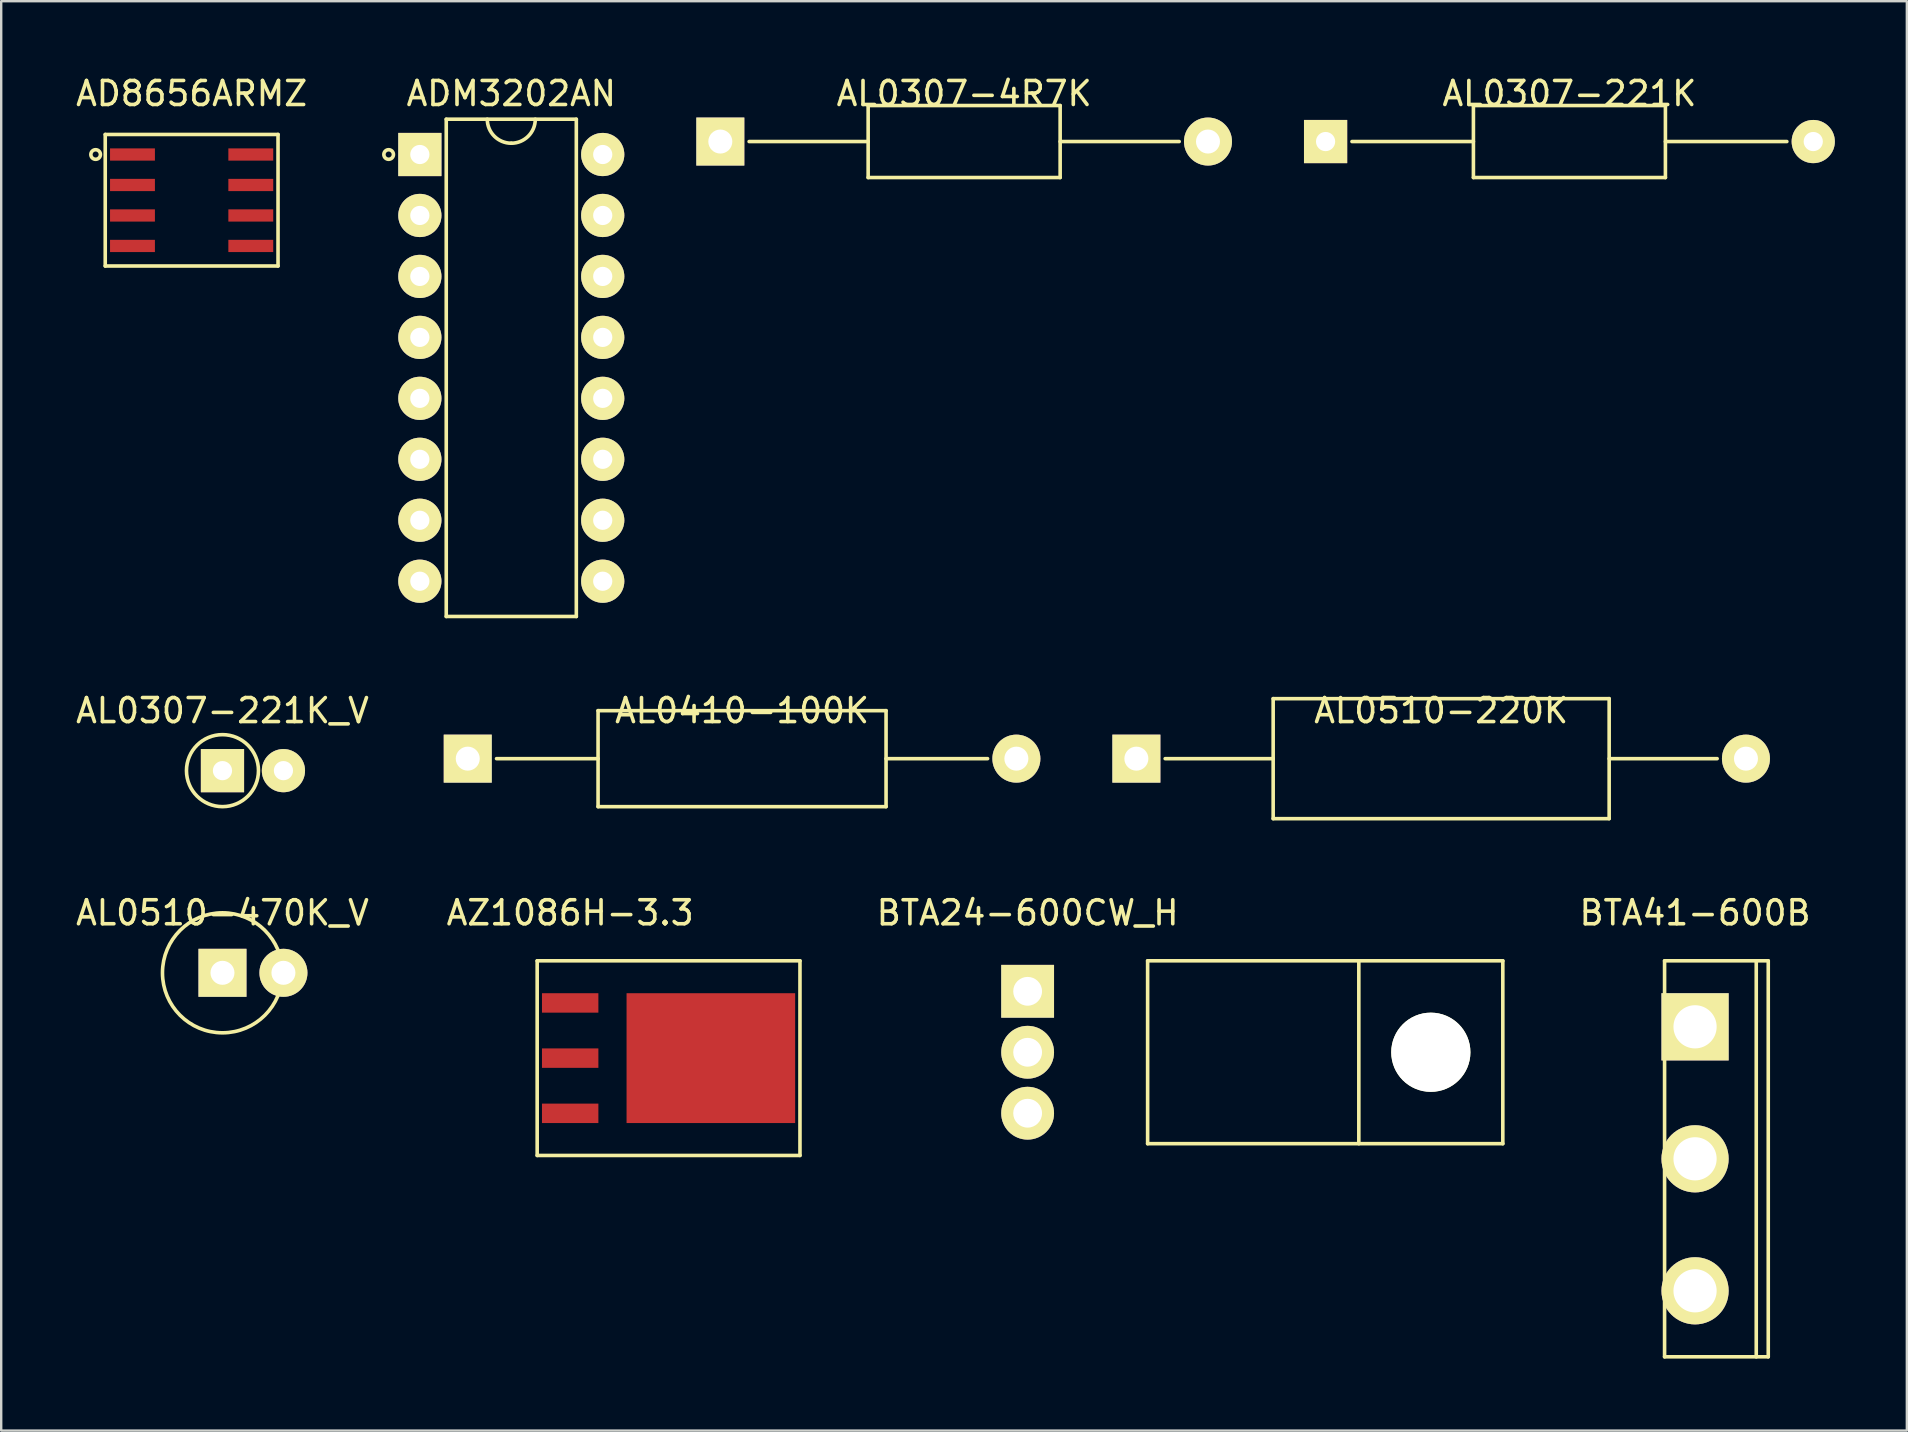
<source format=kicad_pcb>
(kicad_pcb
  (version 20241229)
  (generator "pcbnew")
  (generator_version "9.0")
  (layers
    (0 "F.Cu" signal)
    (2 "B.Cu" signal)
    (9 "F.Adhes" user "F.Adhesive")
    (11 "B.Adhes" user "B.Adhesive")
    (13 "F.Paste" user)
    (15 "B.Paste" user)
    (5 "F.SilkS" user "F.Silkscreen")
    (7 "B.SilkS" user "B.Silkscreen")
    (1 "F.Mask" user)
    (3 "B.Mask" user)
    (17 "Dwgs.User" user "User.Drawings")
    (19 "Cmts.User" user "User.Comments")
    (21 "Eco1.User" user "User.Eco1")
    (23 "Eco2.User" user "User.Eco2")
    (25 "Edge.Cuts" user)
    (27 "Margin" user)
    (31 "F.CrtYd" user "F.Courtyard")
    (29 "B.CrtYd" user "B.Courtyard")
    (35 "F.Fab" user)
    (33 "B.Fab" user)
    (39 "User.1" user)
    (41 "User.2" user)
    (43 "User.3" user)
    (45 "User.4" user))
  (footprint "AL0307-221K"
    (layer "F.Cu")
    (at 52.184 2.848)
    (property "Reference" "AL0307-221K" (at 10.16 -2 0) (layer "F.SilkS") (effects (font (size 1 1) (thickness 0.15))))
    (attr through_hole)
    (fp_line (start 1.1 0) (end 6.16 0) (stroke (width 0.15) (type solid)) (layer "F.SilkS"))
    (fp_line (start 6.16 -1.5) (end 6.16 1.5) (stroke (width 0.15) (type solid)) (layer "F.SilkS"))
    (fp_line (start 6.16 -1.5) (end 14.16 -1.5) (stroke (width 0.15) (type solid)) (layer "F.SilkS"))
    (fp_line (start 6.16 1.5) (end 14.16 1.5) (stroke (width 0.15) (type solid)) (layer "F.SilkS"))
    (fp_line (start 14.16 0) (end 19.22 0) (stroke (width 0.15) (type solid)) (layer "F.SilkS"))
    (fp_line (start 14.16 1.5) (end 14.16 -1.5) (stroke (width 0.15) (type solid)) (layer "F.SilkS"))
    (pad "1" thru_hole rect (at 0 0) (size 1.8 1.8) (drill 0.8) (layers "*.Cu" "*.Mask" "F.SilkS"))
    (pad "2" thru_hole circle (at 20.32 0) (size 1.8 1.8) (drill 0.8) (layers "*.Cu" "*.Mask" "F.SilkS")))
  (footprint "AL0510-220K"
    (layer "F.Cu")
    (at 44.3 28.561)
    (property "Reference" "AL0510-220K" (at 12.7 -2 0) (layer "F.SilkS") (effects (font (size 1 1) (thickness 0.15))))
    (attr through_hole)
    (fp_line (start 1.2 0) (end 5.7 0) (stroke (width 0.15) (type solid)) (layer "F.SilkS"))
    (fp_line (start 5.7 -2.5) (end 5.7 2.5) (stroke (width 0.15) (type solid)) (layer "F.SilkS"))
    (fp_line (start 5.7 -2.5) (end 19.7 -2.5) (stroke (width 0.15) (type solid)) (layer "F.SilkS"))
    (fp_line (start 5.7 2.5) (end 19.7 2.5) (stroke (width 0.15) (type solid)) (layer "F.SilkS"))
    (fp_line (start 19.7 0) (end 24.2 0) (stroke (width 0.15) (type solid)) (layer "F.SilkS"))
    (fp_line (start 19.7 2.5) (end 19.7 -2.5) (stroke (width 0.15) (type solid)) (layer "F.SilkS"))
    (pad "1" thru_hole rect (at 0 0) (size 2 2) (drill 1) (layers "*.Cu" "*.Mask" "F.SilkS"))
    (pad "2" thru_hole circle (at 25.4 0) (size 2 2) (drill 1) (layers "*.Cu" "*.Mask" "F.SilkS")))
  (footprint "BTA41-600B"
    (layer "F.Cu")
    (at 67.579 39.735)
    (property "Reference" "BTA41-600B" (at 0 -4.75 0) (layer "F.SilkS") (effects (font (size 1 1) (thickness 0.15))))
    (attr through_hole)
    (fp_line (start -1.27 -2.75) (end -1.27 13.75) (stroke (width 0.15) (type solid)) (layer "F.SilkS"))
    (fp_line (start -1.27 -2.75) (end 3.05 -2.75) (stroke (width 0.15) (type solid)) (layer "F.SilkS"))
    (fp_line (start -1.27 13.75) (end 3.05 13.75) (stroke (width 0.15) (type solid)) (layer "F.SilkS"))
    (fp_line (start 2.55 -2.75) (end 2.55 13.75) (stroke (width 0.15) (type solid)) (layer "F.SilkS"))
    (fp_line (start 3.05 -2.75) (end 3.05 13.75) (stroke (width 0.15) (type solid)) (layer "F.SilkS"))
    (pad "1" thru_hole rect (at 0 0) (size 2.8 2.8) (drill 1.8) (layers "*.Cu" "*.Mask" "F.SilkS"))
    (pad "2" thru_hole circle (at 0 5.5) (size 2.8 2.8) (drill 1.8) (layers "*.Cu" "*.Mask" "F.SilkS"))
    (pad "3" thru_hole circle (at 0 11) (size 2.8 2.8) (drill 1.8) (layers "*.Cu" "*.Mask" "F.SilkS")))
  (footprint "AL0307-221K_V"
    (layer "F.Cu")
    (at 6.22 29.061)
    (property "Reference" "AL0307-221K_V" (at 0 -2.5 0) (layer "F.SilkS") (effects (font (size 1 1) (thickness 0.15))))
    (attr through_hole)
    (fp_circle (center 0 0) (end 0 -1.5) (stroke (width 0.15) (type solid)) (fill no) (layer "F.SilkS"))
    (pad "1" thru_hole rect (at 0 0) (size 1.8 1.8) (drill 0.8) (layers "*.Cu" "*.Mask" "F.SilkS"))
    (pad "2" thru_hole circle (at 2.54 0) (size 1.8 1.8) (drill 0.8) (layers "*.Cu" "*.Mask" "F.SilkS")))
  (footprint "AL0410-100K"
    (layer "F.Cu")
    (at 16.44 28.561)
    (property "Reference" "AL0410-100K" (at 11.43 -2 0) (layer "F.SilkS") (effects (font (size 1 1) (thickness 0.15))))
    (attr through_hole)
    (fp_line (start 1.2 0) (end 5.43 0) (stroke (width 0.15) (type solid)) (layer "F.SilkS"))
    (fp_line (start 5.43 -2) (end 5.43 2) (stroke (width 0.15) (type solid)) (layer "F.SilkS"))
    (fp_line (start 5.43 -2) (end 17.43 -2) (stroke (width 0.15) (type solid)) (layer "F.SilkS"))
    (fp_line (start 5.43 2) (end 17.43 2) (stroke (width 0.15) (type solid)) (layer "F.SilkS"))
    (fp_line (start 17.43 0) (end 21.66 0) (stroke (width 0.15) (type solid)) (layer "F.SilkS"))
    (fp_line (start 17.43 2) (end 17.43 -2) (stroke (width 0.15) (type solid)) (layer "F.SilkS"))
    (pad "1" thru_hole rect (at 0 0) (size 2 2) (drill 1) (layers "*.Cu" "*.Mask" "F.SilkS"))
    (pad "2" thru_hole circle (at 22.86 0) (size 2 2) (drill 1) (layers "*.Cu" "*.Mask" "F.SilkS")))
  (footprint "BTA24-600CW_H"
    (layer "F.Cu")
    (at 39.769 38.255)
    (property "Reference" "BTA24-600CW_H" (at 0 -3.27 0) (layer "F.SilkS") (effects (font (size 1 1) (thickness 0.15))))
    (attr through_hole)
    (fp_line (start 5 -1.27) (end 5 6.35) (stroke (width 0.15) (type solid)) (layer "F.SilkS"))
    (fp_line (start 5 -1.27) (end 19.8 -1.27) (stroke (width 0.15) (type solid)) (layer "F.SilkS"))
    (fp_line (start 5 6.35) (end 19.8 6.35) (stroke (width 0.15) (type solid)) (layer "F.SilkS"))
    (fp_line (start 13.8 -1.27) (end 13.8 6.35) (stroke (width 0.15) (type solid)) (layer "F.SilkS"))
    (fp_line (start 19.8 -1.27) (end 19.8 6.35) (stroke (width 0.15) (type solid)) (layer "F.SilkS"))
    (pad "" np_thru_hole circle (at 16.8 2.54) (size 3.3 3.3) (drill 3.3) (layers "*.Cu" "*.Mask" "F.SilkS"))
    (pad "1" thru_hole rect (at 0 0) (size 2.2 2.2) (drill 1.2) (layers "*.Cu" "*.Mask" "F.SilkS"))
    (pad "2" thru_hole circle (at 0 2.54) (size 2.2 2.2) (drill 1.2) (layers "*.Cu" "*.Mask" "F.SilkS"))
    (pad "3" thru_hole circle (at 0 5.08) (size 2.2 2.2) (drill 1.2) (layers "*.Cu" "*.Mask" "F.SilkS")))
  (footprint "AZ1086H-3.3"
    (layer "F.Cu")
    (at 20.708 38.74)
    (property "Reference" "AZ1086H-3.3" (at 0 -3.755 0) (layer "F.SilkS") (effects (font (size 1 1) (thickness 0.15))))
    (attr through_hole)
    (fp_line (start -1.375 -1.755) (end -1.375 6.355) (stroke (width 0.15) (type solid)) (layer "F.SilkS"))
    (fp_line (start -1.375 -1.755) (end 9.575 -1.755) (stroke (width 0.15) (type solid)) (layer "F.SilkS"))
    (fp_line (start -1.375 6.355) (end 9.575 6.355) (stroke (width 0.15) (type solid)) (layer "F.SilkS"))
    (fp_line (start 9.575 6.355) (end 9.575 -1.755) (stroke (width 0.15) (type solid)) (layer "F.SilkS"))
    (pad "1" smd rect (at 0 0) (size 2.35 0.81) (layers "F.Cu" "F.Mask" "F.Paste"))
    (pad "2" smd rect (at 0 2.3) (size 2.35 0.81) (layers "F.Cu" "F.Mask" "F.Paste"))
    (pad "3" smd rect (at 0 4.6) (size 2.35 0.81) (layers "F.Cu" "F.Mask" "F.Paste"))
    (pad "4" smd rect (at 5.862 2.3) (size 7.025 5.41) (layers "F.Cu" "F.Mask" "F.Paste")))
  (footprint "AL0307-4R7K"
    (layer "F.Cu")
    (at 26.964 2.848)
    (property "Reference" "AL0307-4R7K" (at 10.16 -2 0) (layer "F.SilkS") (effects (font (size 1 1) (thickness 0.15))))
    (attr through_hole)
    (fp_line (start 1.2 0) (end 6.16 0) (stroke (width 0.15) (type solid)) (layer "F.SilkS"))
    (fp_line (start 6.16 -1.5) (end 6.16 1.5) (stroke (width 0.15) (type solid)) (layer "F.SilkS"))
    (fp_line (start 6.16 -1.5) (end 14.16 -1.5) (stroke (width 0.15) (type solid)) (layer "F.SilkS"))
    (fp_line (start 6.16 1.5) (end 14.16 1.5) (stroke (width 0.15) (type solid)) (layer "F.SilkS"))
    (fp_line (start 14.16 0) (end 19.12 0) (stroke (width 0.15) (type solid)) (layer "F.SilkS"))
    (fp_line (start 14.16 1.5) (end 14.16 -1.5) (stroke (width 0.15) (type solid)) (layer "F.SilkS"))
    (pad "1" thru_hole rect (at 0 0) (size 2 2) (drill 1) (layers "*.Cu" "*.Mask" "F.SilkS"))
    (pad "2" thru_hole circle (at 20.32 0) (size 2 2) (drill 1) (layers "*.Cu" "*.Mask" "F.SilkS")))
  (footprint "AL0510-470K_V"
    (layer "F.Cu")
    (at 6.22 37.485)
    (property "Reference" "AL0510-470K_V" (at 0 -2.5 0) (layer "F.SilkS") (effects (font (size 1 1) (thickness 0.15))))
    (attr through_hole)
    (fp_circle (center 0 0) (end 0 -2.5) (stroke (width 0.15) (type solid)) (fill no) (layer "F.SilkS"))
    (pad "1" thru_hole rect (at 0 0) (size 2 2) (drill 1) (layers "*.Cu" "*.Mask" "F.SilkS"))
    (pad "2" thru_hole circle (at 2.54 0) (size 2 2) (drill 1) (layers "*.Cu" "*.Mask" "F.SilkS")))
  (footprint "AD8656ARMZ"
    (layer "F.Cu")
    (at 2.47 3.388)
    (property "Reference" "AD8656ARMZ" (at 2.465 -2.54 0) (layer "F.SilkS") (effects (font (size 1 1) (thickness 0.15))))
    (attr through_hole)
    (fp_line (start -1.135 -0.835) (end 6.065 -0.835) (stroke (width 0.15) (type solid)) (layer "F.SilkS"))
    (fp_line (start -1.135 4.645) (end -1.135 -0.835) (stroke (width 0.15) (type solid)) (layer "F.SilkS"))
    (fp_line (start 6.065 -0.835) (end 6.065 4.645) (stroke (width 0.15) (type solid)) (layer "F.SilkS"))
    (fp_line (start 6.065 4.645) (end -1.135 4.645) (stroke (width 0.15) (type solid)) (layer "F.SilkS"))
    (fp_circle (center -1.535 0) (end -1.535 0.2) (stroke (width 0.15) (type solid)) (fill no) (layer "F.SilkS"))
    (pad "1" smd rect (at 0 0) (size 1.87 0.51) (layers "F.Cu" "F.Mask" "F.Paste"))
    (pad "2" smd rect (at 0 1.27) (size 1.87 0.51) (layers "F.Cu" "F.Mask" "F.Paste"))
    (pad "3" smd rect (at 0 2.54) (size 1.87 0.51) (layers "F.Cu" "F.Mask" "F.Paste"))
    (pad "4" smd rect (at 0 3.81) (size 1.87 0.51) (layers "F.Cu" "F.Mask" "F.Paste"))
    (pad "5" smd rect (at 4.93 3.81) (size 1.87 0.51) (layers "F.Cu" "F.Mask" "F.Paste"))
    (pad "6" smd rect (at 4.93 2.54) (size 1.87 0.51) (layers "F.Cu" "F.Mask" "F.Paste"))
    (pad "7" smd rect (at 4.93 1.27) (size 1.87 0.51) (layers "F.Cu" "F.Mask" "F.Paste"))
    (pad "8" smd rect (at 4.93 0) (size 1.87 0.51) (layers "F.Cu" "F.Mask" "F.Paste")))
  (footprint "ADM3202AN"
    (layer "F.Cu")
    (at 14.444 3.388)
    (property "Reference" "ADM3202AN" (at 3.81 -2.54 0) (layer "F.SilkS") (effects (font (size 1 1) (thickness 0.15))))
    (attr through_hole)
    (fp_line (start 1.1 -1.47) (end 6.52 -1.47) (stroke (width 0.15) (type solid)) (layer "F.SilkS"))
    (fp_line (start 1.1 19.25) (end 1.1 -1.47) (stroke (width 0.15) (type solid)) (layer "F.SilkS"))
    (fp_line (start 6.52 -1.47) (end 6.52 19.25) (stroke (width 0.15) (type solid)) (layer "F.SilkS"))
    (fp_line (start 6.52 19.25) (end 1.1 19.25) (stroke (width 0.15) (type solid)) (layer "F.SilkS"))
    (fp_arc (start 3.81 -0.47) (mid 3.102893 -0.762893) (end 2.81 -1.47) (stroke (width 0.15) (type solid)) (layer "F.SilkS"))
    (fp_arc (start 4.81 -1.47) (mid 4.517107 -0.762893) (end 3.81 -0.47) (stroke (width 0.15) (type solid)) (layer "F.SilkS"))
    (fp_circle (center -1.3 0) (end -1.3 0.2) (stroke (width 0.15) (type solid)) (fill no) (layer "F.SilkS"))
    (pad "1" thru_hole rect (at 0 0) (size 1.8 1.8) (drill 0.8) (layers "*.Cu" "*.Mask" "F.SilkS"))
    (pad "2" thru_hole circle (at 0 2.54) (size 1.8 1.8) (drill 0.8) (layers "*.Cu" "*.Mask" "F.SilkS"))
    (pad "3" thru_hole circle (at 0 5.08) (size 1.8 1.8) (drill 0.8) (layers "*.Cu" "*.Mask" "F.SilkS"))
    (pad "4" thru_hole circle (at 0 7.62) (size 1.8 1.8) (drill 0.8) (layers "*.Cu" "*.Mask" "F.SilkS"))
    (pad "5" thru_hole circle (at 0 10.16) (size 1.8 1.8) (drill 0.8) (layers "*.Cu" "*.Mask" "F.SilkS"))
    (pad "6" thru_hole circle (at 0 12.7) (size 1.8 1.8) (drill 0.8) (layers "*.Cu" "*.Mask" "F.SilkS"))
    (pad "7" thru_hole circle (at 0 15.24) (size 1.8 1.8) (drill 0.8) (layers "*.Cu" "*.Mask" "F.SilkS"))
    (pad "8" thru_hole circle (at 0 17.78) (size 1.8 1.8) (drill 0.8) (layers "*.Cu" "*.Mask" "F.SilkS"))
    (pad "9" thru_hole circle (at 7.62 17.78) (size 1.8 1.8) (drill 0.8) (layers "*.Cu" "*.Mask" "F.SilkS"))
    (pad "10" thru_hole circle (at 7.62 15.24) (size 1.8 1.8) (drill 0.8) (layers "*.Cu" "*.Mask" "F.SilkS"))
    (pad "11" thru_hole circle (at 7.62 12.7) (size 1.8 1.8) (drill 0.8) (layers "*.Cu" "*.Mask" "F.SilkS"))
    (pad "12" thru_hole circle (at 7.62 10.16) (size 1.8 1.8) (drill 0.8) (layers "*.Cu" "*.Mask" "F.SilkS"))
    (pad "13" thru_hole circle (at 7.62 7.62) (size 1.8 1.8) (drill 0.8) (layers "*.Cu" "*.Mask" "F.SilkS"))
    (pad "14" thru_hole circle (at 7.62 5.08) (size 1.8 1.8) (drill 0.8) (layers "*.Cu" "*.Mask" "F.SilkS"))
    (pad "15" thru_hole circle (at 7.62 2.54) (size 1.8 1.8) (drill 0.8) (layers "*.Cu" "*.Mask" "F.SilkS"))
    (pad "16" thru_hole circle (at 7.62 0) (size 1.8 1.8) (drill 0.8) (layers "*.Cu" "*.Mask" "F.SilkS")))
  (gr_rect
    (start -3 -3)
    (end 76.404 56.56)
    (stroke (width 0.1) (type default))
    (fill no)
    (layer "Edge.Cuts")))
</source>
